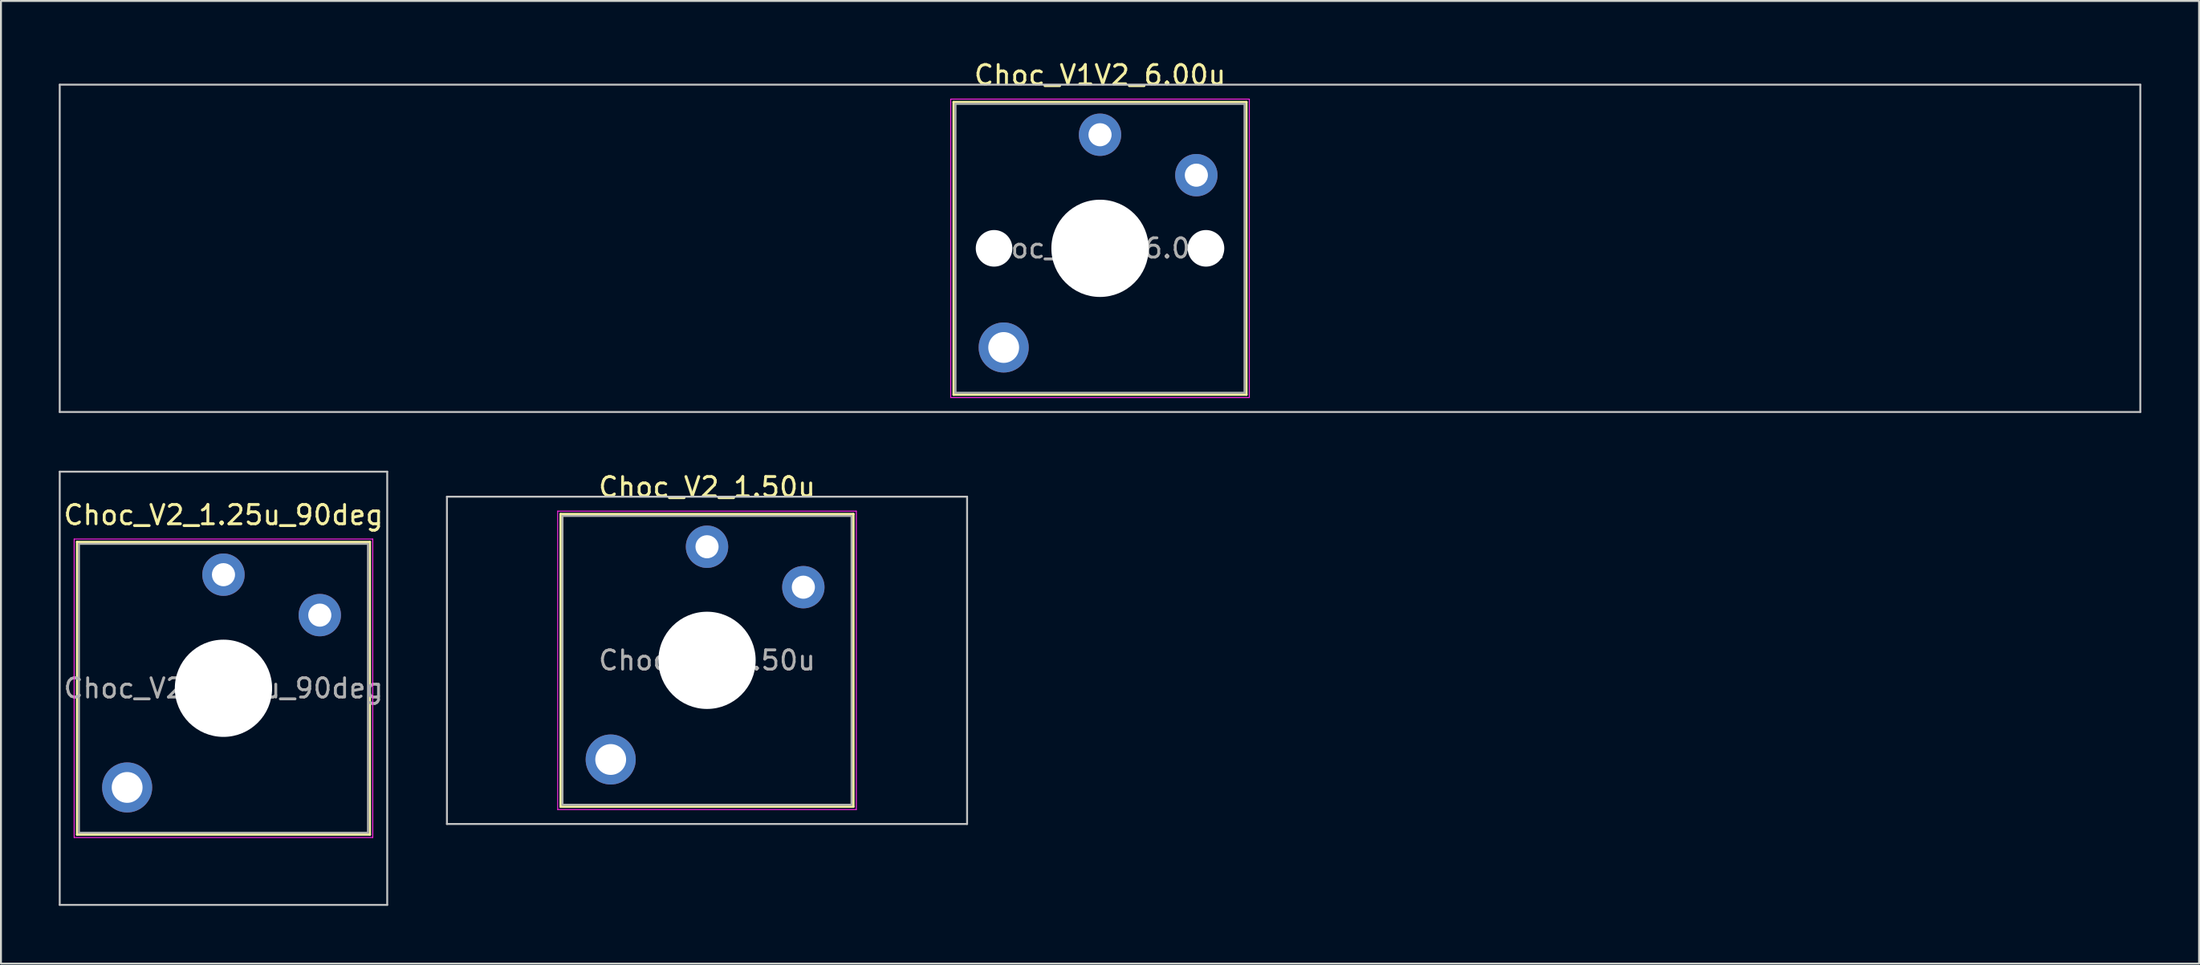
<source format=kicad_pcb>
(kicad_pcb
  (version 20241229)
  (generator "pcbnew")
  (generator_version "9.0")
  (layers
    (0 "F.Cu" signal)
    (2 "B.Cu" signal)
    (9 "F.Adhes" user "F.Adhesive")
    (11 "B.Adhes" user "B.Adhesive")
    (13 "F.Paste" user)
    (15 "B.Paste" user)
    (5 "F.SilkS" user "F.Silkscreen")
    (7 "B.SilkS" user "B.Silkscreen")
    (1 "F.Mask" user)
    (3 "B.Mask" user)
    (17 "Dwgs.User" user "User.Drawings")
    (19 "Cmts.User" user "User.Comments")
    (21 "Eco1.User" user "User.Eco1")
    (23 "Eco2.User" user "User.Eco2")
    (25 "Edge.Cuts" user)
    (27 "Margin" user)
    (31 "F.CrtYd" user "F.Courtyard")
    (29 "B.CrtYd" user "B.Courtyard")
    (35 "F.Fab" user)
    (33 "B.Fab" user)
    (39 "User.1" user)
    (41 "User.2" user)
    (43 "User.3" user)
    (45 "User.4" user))
  (footprint "Choc_V2_1.50u"
    (layer "F.Cu")
    (at 33.65 31.247)
    (property "Reference" "Choc_V2_1.50u" (at 0 -9 0) (layer "F.SilkS") (effects (font (size 1 1) (thickness 0.15))))
    (attr through_hole)
    (fp_line (start -7.6 -7.6) (end -7.6 7.6) (stroke (width 0.12) (type solid)) (layer "F.SilkS"))
    (fp_line (start -7.6 7.6) (end 7.6 7.6) (stroke (width 0.12) (type solid)) (layer "F.SilkS"))
    (fp_line (start 7.6 -7.6) (end -7.6 -7.6) (stroke (width 0.12) (type solid)) (layer "F.SilkS"))
    (fp_line (start 7.6 7.6) (end 7.6 -7.6) (stroke (width 0.12) (type solid)) (layer "F.SilkS"))
    (fp_line (start -13.5 -8.5) (end -13.5 8.5) (stroke (width 0.1) (type solid)) (layer "Dwgs.User"))
    (fp_line (start -13.5 8.5) (end 13.5 8.5) (stroke (width 0.1) (type solid)) (layer "Dwgs.User"))
    (fp_line (start 13.5 -8.5) (end -13.5 -8.5) (stroke (width 0.1) (type solid)) (layer "Dwgs.User"))
    (fp_line (start 13.5 8.5) (end 13.5 -8.5) (stroke (width 0.1) (type solid)) (layer "Dwgs.User"))
    (fp_line (start -7.25 -7.25) (end -7.25 7.25) (stroke (width 0.1) (type solid)) (layer "Eco1.User"))
    (fp_line (start -7.25 7.25) (end 7.25 7.25) (stroke (width 0.1) (type solid)) (layer "Eco1.User"))
    (fp_line (start 7.25 -7.25) (end -7.25 -7.25) (stroke (width 0.1) (type solid)) (layer "Eco1.User"))
    (fp_line (start 7.25 7.25) (end 7.25 -7.25) (stroke (width 0.1) (type solid)) (layer "Eco1.User"))
    (fp_line (start -7.75 -7.75) (end -7.75 7.75) (stroke (width 0.05) (type solid)) (layer "F.CrtYd"))
    (fp_line (start -7.75 7.75) (end 7.75 7.75) (stroke (width 0.05) (type solid)) (layer "F.CrtYd"))
    (fp_line (start 7.75 -7.75) (end -7.75 -7.75) (stroke (width 0.05) (type solid)) (layer "F.CrtYd"))
    (fp_line (start 7.75 7.75) (end 7.75 -7.75) (stroke (width 0.05) (type solid)) (layer "F.CrtYd"))
    (fp_line (start -7.5 -7.5) (end -7.5 7.5) (stroke (width 0.1) (type solid)) (layer "F.Fab"))
    (fp_line (start -7.5 7.5) (end 7.5 7.5) (stroke (width 0.1) (type solid)) (layer "F.Fab"))
    (fp_line (start 7.5 -7.5) (end -7.5 -7.5) (stroke (width 0.1) (type solid)) (layer "F.Fab"))
    (fp_line (start 7.5 7.5) (end 7.5 -7.5) (stroke (width 0.1) (type solid)) (layer "F.Fab"))
    (fp_text user "${REFERENCE}" (at 0 0 0) (layer "F.Fab") (effects (font (size 1 1) (thickness 0.15))))
    (pad "" thru_hole circle (at -5 5.15) (size 2.6 2.6) (drill 1.6) (layers "*.Cu" "*.Mask"))
    (pad "" np_thru_hole circle (at 0 0) (size 5.05 5.05) (drill 5.05) (layers "*.Cu" "*.Mask"))
    (pad "1" thru_hole circle (at 0 -5.9) (size 2.2 2.2) (drill 1.2) (layers "*.Cu" "*.Mask"))
    (pad "2" thru_hole circle (at 5 -3.8) (size 2.2 2.2) (drill 1.2) (layers "*.Cu" "*.Mask")))
  (footprint "Choc_V2_1.25u_90deg"
    (layer "F.Cu")
    (at 8.55 32.698)
    (property "Reference" "Choc_V2_1.25u_90deg" (at 0 -9 0) (layer "F.SilkS") (effects (font (size 1 1) (thickness 0.15))))
    (attr through_hole)
    (fp_line (start -7.6 -7.6) (end -7.6 7.6) (stroke (width 0.12) (type solid)) (layer "F.SilkS"))
    (fp_line (start -7.6 7.6) (end 7.6 7.6) (stroke (width 0.12) (type solid)) (layer "F.SilkS"))
    (fp_line (start 7.6 -7.6) (end -7.6 -7.6) (stroke (width 0.12) (type solid)) (layer "F.SilkS"))
    (fp_line (start 7.6 7.6) (end 7.6 -7.6) (stroke (width 0.12) (type solid)) (layer "F.SilkS"))
    (fp_line (start -8.5 -11.25) (end 8.5 -11.25) (stroke (width 0.1) (type solid)) (layer "Dwgs.User"))
    (fp_line (start -8.5 11.25) (end -8.5 -11.25) (stroke (width 0.1) (type solid)) (layer "Dwgs.User"))
    (fp_line (start 8.5 -11.25) (end 8.5 11.25) (stroke (width 0.1) (type solid)) (layer "Dwgs.User"))
    (fp_line (start 8.5 11.25) (end -8.5 11.25) (stroke (width 0.1) (type solid)) (layer "Dwgs.User"))
    (fp_line (start -7.25 -7.25) (end -7.25 7.25) (stroke (width 0.1) (type solid)) (layer "Eco1.User"))
    (fp_line (start -7.25 7.25) (end 7.25 7.25) (stroke (width 0.1) (type solid)) (layer "Eco1.User"))
    (fp_line (start 7.25 -7.25) (end -7.25 -7.25) (stroke (width 0.1) (type solid)) (layer "Eco1.User"))
    (fp_line (start 7.25 7.25) (end 7.25 -7.25) (stroke (width 0.1) (type solid)) (layer "Eco1.User"))
    (fp_line (start -7.75 -7.75) (end -7.75 7.75) (stroke (width 0.05) (type solid)) (layer "F.CrtYd"))
    (fp_line (start -7.75 7.75) (end 7.75 7.75) (stroke (width 0.05) (type solid)) (layer "F.CrtYd"))
    (fp_line (start 7.75 -7.75) (end -7.75 -7.75) (stroke (width 0.05) (type solid)) (layer "F.CrtYd"))
    (fp_line (start 7.75 7.75) (end 7.75 -7.75) (stroke (width 0.05) (type solid)) (layer "F.CrtYd"))
    (fp_line (start -7.5 -7.5) (end -7.5 7.5) (stroke (width 0.1) (type solid)) (layer "F.Fab"))
    (fp_line (start -7.5 7.5) (end 7.5 7.5) (stroke (width 0.1) (type solid)) (layer "F.Fab"))
    (fp_line (start 7.5 -7.5) (end -7.5 -7.5) (stroke (width 0.1) (type solid)) (layer "F.Fab"))
    (fp_line (start 7.5 7.5) (end 7.5 -7.5) (stroke (width 0.1) (type solid)) (layer "F.Fab"))
    (fp_text user "${REFERENCE}" (at 0 0 0) (layer "F.Fab") (effects (font (size 1 1) (thickness 0.15))))
    (pad "" thru_hole circle (at -5 5.15) (size 2.6 2.6) (drill 1.6) (layers "*.Cu" "*.Mask"))
    (pad "" np_thru_hole circle (at 0 0) (size 5.05 5.05) (drill 5.05) (layers "*.Cu" "*.Mask"))
    (pad "1" thru_hole circle (at 0 -5.9) (size 2.2 2.2) (drill 1.2) (layers "*.Cu" "*.Mask"))
    (pad "2" thru_hole circle (at 5 -3.8) (size 2.2 2.2) (drill 1.2) (layers "*.Cu" "*.Mask")))
  (footprint "Choc_V1V2_6.00u"
    (layer "F.Cu")
    (at 54.05 9.848)
    (property "Reference" "Choc_V1V2_6.00u" (at 0 -9 0) (layer "F.SilkS") (effects (font (size 1 1) (thickness 0.15))))
    (attr through_hole)
    (fp_line (start -7.6 -7.6) (end -7.6 7.6) (stroke (width 0.12) (type solid)) (layer "F.SilkS"))
    (fp_line (start -7.6 7.6) (end 7.6 7.6) (stroke (width 0.12) (type solid)) (layer "F.SilkS"))
    (fp_line (start 7.6 -7.6) (end -7.6 -7.6) (stroke (width 0.12) (type solid)) (layer "F.SilkS"))
    (fp_line (start 7.6 7.6) (end 7.6 -7.6) (stroke (width 0.12) (type solid)) (layer "F.SilkS"))
    (fp_line (start -54 -8.5) (end -54 8.5) (stroke (width 0.1) (type solid)) (layer "Dwgs.User"))
    (fp_line (start -54 8.5) (end 54 8.5) (stroke (width 0.1) (type solid)) (layer "Dwgs.User"))
    (fp_line (start 54 -8.5) (end -54 -8.5) (stroke (width 0.1) (type solid)) (layer "Dwgs.User"))
    (fp_line (start 54 8.5) (end 54 -8.5) (stroke (width 0.1) (type solid)) (layer "Dwgs.User"))
    (fp_line (start -7.25 -7.25) (end -7.25 7.25) (stroke (width 0.1) (type solid)) (layer "Eco1.User"))
    (fp_line (start -7.25 7.25) (end 7.25 7.25) (stroke (width 0.1) (type solid)) (layer "Eco1.User"))
    (fp_line (start 7.25 -7.25) (end -7.25 -7.25) (stroke (width 0.1) (type solid)) (layer "Eco1.User"))
    (fp_line (start 7.25 7.25) (end 7.25 -7.25) (stroke (width 0.1) (type solid)) (layer "Eco1.User"))
    (fp_line (start -7.75 -7.75) (end -7.75 7.75) (stroke (width 0.05) (type solid)) (layer "F.CrtYd"))
    (fp_line (start -7.75 7.75) (end 7.75 7.75) (stroke (width 0.05) (type solid)) (layer "F.CrtYd"))
    (fp_line (start 7.75 -7.75) (end -7.75 -7.75) (stroke (width 0.05) (type solid)) (layer "F.CrtYd"))
    (fp_line (start 7.75 7.75) (end 7.75 -7.75) (stroke (width 0.05) (type solid)) (layer "F.CrtYd"))
    (fp_line (start -7.5 -7.5) (end -7.5 7.5) (stroke (width 0.1) (type solid)) (layer "F.Fab"))
    (fp_line (start -7.5 7.5) (end 7.5 7.5) (stroke (width 0.1) (type solid)) (layer "F.Fab"))
    (fp_line (start 7.5 -7.5) (end -7.5 -7.5) (stroke (width 0.1) (type solid)) (layer "F.Fab"))
    (fp_line (start 7.5 7.5) (end 7.5 -7.5) (stroke (width 0.1) (type solid)) (layer "F.Fab"))
    (fp_text user "${REFERENCE}" (at 0 0 0) (layer "F.Fab") (effects (font (size 1 1) (thickness 0.15))))
    (pad "" np_thru_hole circle (at -5.5 0) (size 1.9 1.9) (drill 1.9) (layers "*.Cu" "*.Mask"))
    (pad "" thru_hole circle (at -5 5.15) (size 2.6 2.6) (drill 1.6) (layers "*.Cu" "*.Mask"))
    (pad "" np_thru_hole circle (at 0 0) (size 5.05 5.05) (drill 5.05) (layers "*.Cu" "*.Mask"))
    (pad "" np_thru_hole circle (at 5.5 0) (size 1.9 1.9) (drill 1.9) (layers "*.Cu" "*.Mask"))
    (pad "1" thru_hole circle (at 0 -5.9) (size 2.2 2.2) (drill 1.2) (layers "*.Cu" "*.Mask"))
    (pad "2" thru_hole circle (at 5 -3.8) (size 2.2 2.2) (drill 1.2) (layers "*.Cu" "*.Mask")))
  (gr_rect
    (start -3 -3)
    (end 111.1 46.998)
    (stroke (width 0.1) (type default))
    (fill no)
    (layer "Edge.Cuts")))
</source>
